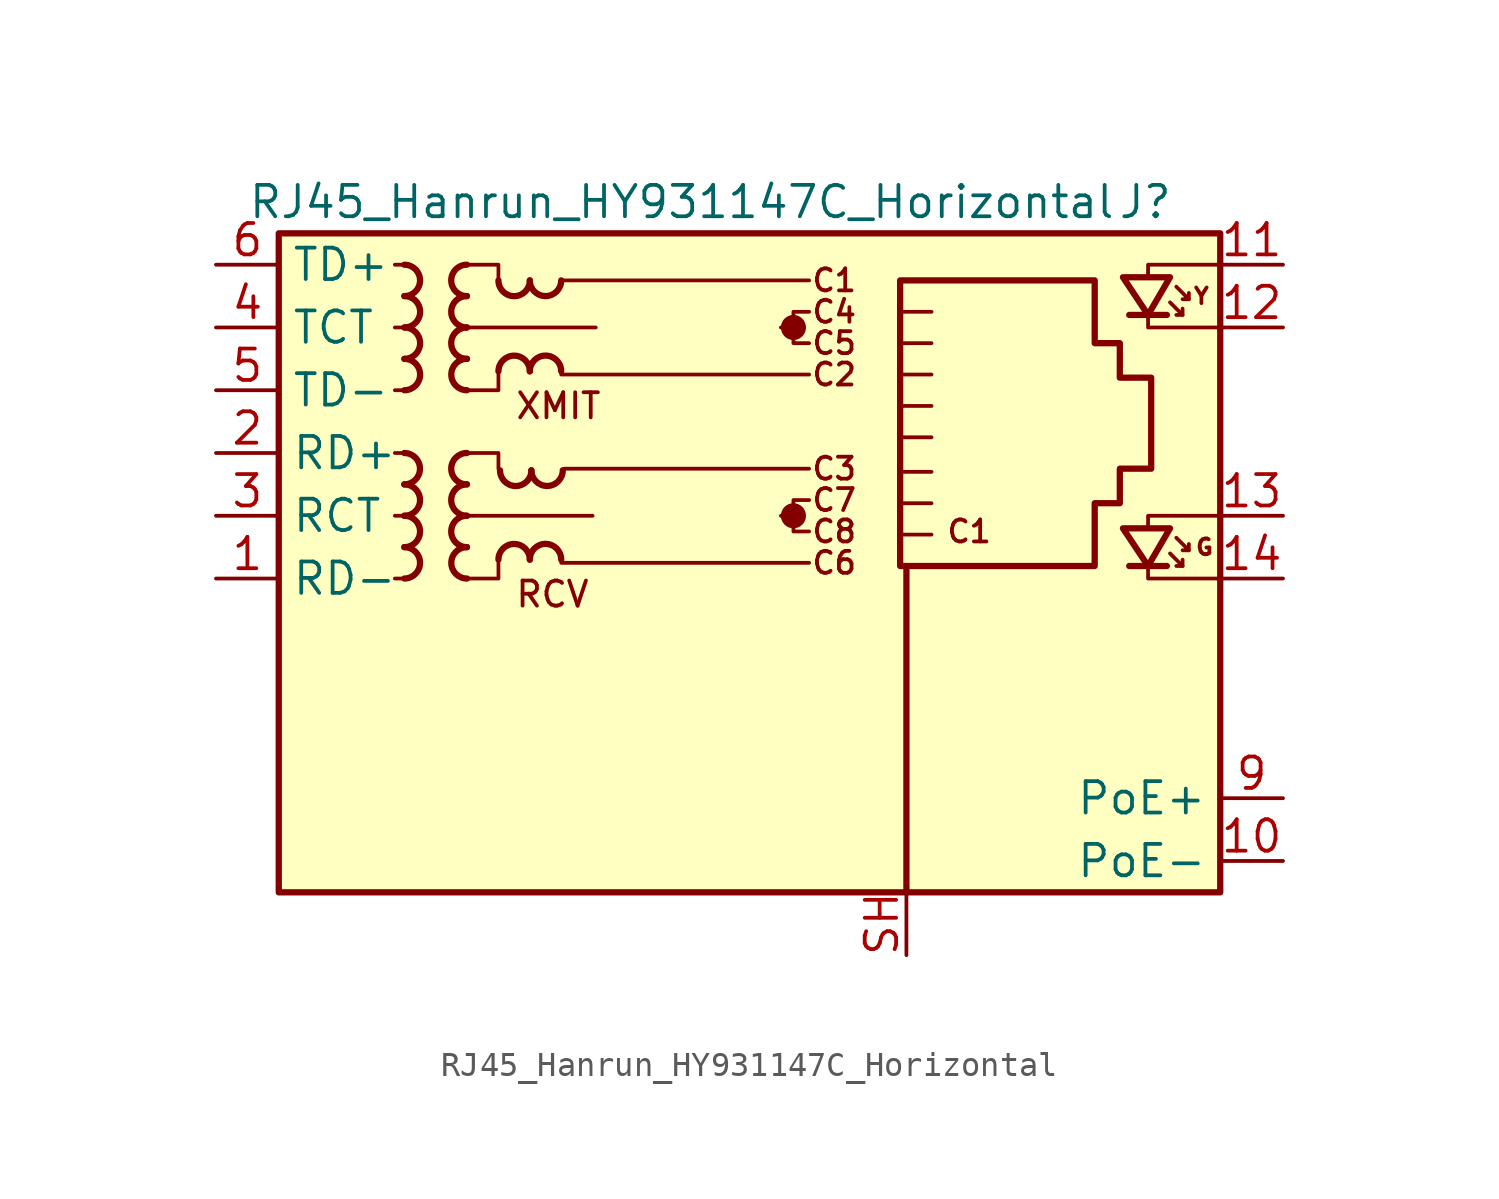
<source format=kicad_sym>
(kicad_symbol_lib
  (version 20231120)
  (generator "kicad_symbol_editor")
  (generator_version "8.0")
  (symbol "RJ45_Hanrun_HY931147C_Horizontal"
    (property "Reference" "J"
      (at 18.415 10.16 0)
      (effects (font (size 1.27 1.27)) (justify right)))
    (property "Value" "RJ45_Hanrun_HY931147C_Horizontal"
      (at -19.05 10.16 0)
      (effects (font (size 1.27 1.27)) (justify left)))
    (symbol "RJ45_Hanrun_HY931147C_Horizontal_0_0"
      (polyline (pts (xy 3.048 -2.54) (xy 2.54 -2.54)) (stroke (width 0) (type default)) (fill (type none)))
      (polyline (pts (xy 3.048 5.08) (xy 2.54 5.08)) (stroke (width 0) (type default)) (fill (type none)))
      (polyline (pts (xy 17.399 -3.048) (xy 17.399 -2.54) (xy 20.32 -2.54)) (stroke (width 0) (type default)) (fill (type none)))
      (polyline (pts (xy 17.399 7.112) (xy 17.399 7.62) (xy 20.32 7.62)) (stroke (width 0) (type default)) (fill (type none)))
      (polyline (pts (xy 20.32 -5.08) (xy 17.399 -5.08) (xy 17.399 -4.572)) (stroke (width 0) (type default)) (fill (type none)))
      (polyline (pts (xy 20.32 5.08) (xy 17.399 5.08) (xy 17.399 5.588)) (stroke (width 0) (type default)) (fill (type none)))
      (polyline (pts (xy 3.683 -1.905) (xy 3.048 -1.905) (xy 3.048 -3.175) (xy 3.683 -3.175)) (stroke (width 0) (type default)) (fill (type none)))
      (polyline (pts (xy 3.683 5.715) (xy 3.048 5.715) (xy 3.048 4.445) (xy 3.683 4.445)) (stroke (width 0) (type default)) (fill (type none)))
      (circle (center 3.048 -2.54) (radius 0.0001) (stroke (width 0.508) (type default)) (fill (type none)))
      (circle (center 3.048 5.08) (radius 0.0001) (stroke (width 0.508) (type default)) (fill (type none)))
      (text "C1" (at 4.699 6.985 0) (effects (font (size 0.889 0.889))))
      (text "C1" (at 10.16 -3.175 0) (effects (font (size 0.889 0.889))))
      (text "C2" (at 4.699 3.175 0) (effects (font (size 0.889 0.889))))
      (text "C3" (at 4.699 -0.635 0) (effects (font (size 0.889 0.889))))
      (text "C4" (at 4.699 5.715 0) (effects (font (size 0.889 0.889))))
      (text "C5" (at 4.699 4.445 0) (effects (font (size 0.889 0.889))))
      (text "C6" (at 4.699 -4.445 0) (effects (font (size 0.889 0.889))))
      (text "C7" (at 4.699 -1.905 0) (effects (font (size 0.889 0.889))))
      (text "C8" (at 4.699 -3.175 0) (effects (font (size 0.889 0.889))))
      (text "RCV" (at -8.255 -5.715 0) (effects (font (size 1.016 1.016)) (justify left)))
      (text "XMIT" (at -8.255 1.905 0) (effects (font (size 1.016 1.016)) (justify left))))
    (symbol "RJ45_Hanrun_HY931147C_Horizontal_0_1"
      (rectangle (start -17.78 8.89) (end 20.32 -17.78) (stroke (width 0.254) (type default)) (fill (type background)))
      (polyline (pts (xy -12.7 -5.08) (xy -13.081 -5.08)) (stroke (width 0) (type default)) (fill (type none)))
      (polyline (pts (xy -12.7 -2.54) (xy -13.081 -2.54)) (stroke (width 0) (type default)) (fill (type none)))
      (polyline (pts (xy -12.7 0) (xy -13.081 0)) (stroke (width 0) (type default)) (fill (type none)))
      (polyline (pts (xy -12.7 2.54) (xy -13.081 2.54)) (stroke (width 0) (type default)) (fill (type none)))
      (polyline (pts (xy -12.7 5.08) (xy -13.081 5.08)) (stroke (width 0) (type default)) (fill (type none)))
      (polyline (pts (xy -12.7 7.62) (xy -13.081 7.62)) (stroke (width 0) (type default)) (fill (type none)))
      (polyline (pts (xy -6.35 -4.445) (xy 3.683 -4.445)) (stroke (width 0) (type default)) (fill (type none)))
      (polyline (pts (xy -6.35 3.175) (xy 3.683 3.175)) (stroke (width 0) (type default)) (fill (type none)))
      (polyline (pts (xy -6.35 6.985) (xy 3.683 6.985)) (stroke (width 0) (type default)) (fill (type none)))
      (polyline (pts (xy -6.223 -0.635) (xy 3.683 -0.635)) (stroke (width 0) (type default)) (fill (type none)))
      (polyline (pts (xy -5.08 -2.54) (xy -10.16 -2.54)) (stroke (width 0) (type default)) (fill (type none)))
      (polyline (pts (xy -4.953 5.08) (xy -10.16 5.08)) (stroke (width 0) (type default)) (fill (type none)))
      (polyline (pts (xy 7.366 -2.032) (xy 8.636 -2.032)) (stroke (width 0) (type default)) (fill (type none)))
      (polyline (pts (xy 7.366 -0.762) (xy 8.636 -0.762)) (stroke (width 0) (type default)) (fill (type none)))
      (polyline (pts (xy 7.366 0.635) (xy 8.636 0.635)) (stroke (width 0) (type default)) (fill (type none)))
      (polyline (pts (xy 7.366 1.905) (xy 8.636 1.905)) (stroke (width 0) (type default)) (fill (type none)))
      (polyline (pts (xy 7.366 3.175) (xy 8.636 3.175)) (stroke (width 0) (type default)) (fill (type none)))
      (polyline (pts (xy 8.636 -3.302) (xy 7.366 -3.302)) (stroke (width 0) (type default)) (fill (type none)))
      (polyline (pts (xy 8.636 4.445) (xy 7.366 4.445)) (stroke (width 0) (type default)) (fill (type none)))
      (polyline (pts (xy 8.636 5.715) (xy 7.366 5.715)) (stroke (width 0) (type default)) (fill (type none)))
      (polyline (pts (xy -10.16 0) (xy -8.89 0) (xy -8.89 -0.635)) (stroke (width 0) (type default)) (fill (type none)))
      (polyline (pts (xy -10.16 7.62) (xy -8.89 7.62) (xy -8.89 6.985)) (stroke (width 0) (type default)) (fill (type none)))
      (polyline (pts (xy -8.89 -4.445) (xy -8.89 -5.08) (xy -10.16 -5.08)) (stroke (width 0) (type default)) (fill (type none)))
      (polyline (pts (xy -8.89 3.175) (xy -8.89 2.54) (xy -10.16 2.54)) (stroke (width 0) (type default)) (fill (type none))))
    (symbol "RJ45_Hanrun_HY931147C_Horizontal_1_1"
      (arc (start -12.7 -1.27) (mid -12.0677 -0.635) (end -12.7 0) (stroke (width 0.254) (type default)) (fill (type none)))
      (arc (start -12.6973 -5.08) (mid -12.065 -4.445) (end -12.6973 -3.81) (stroke (width 0.254) (type default)) (fill (type none)))
      (arc (start -12.6973 -3.81) (mid -12.065 -3.175) (end -12.6973 -2.54) (stroke (width 0.254) (type default)) (fill (type none)))
      (arc (start -12.6973 -2.54) (mid -12.065 -1.905) (end -12.6973 -1.27) (stroke (width 0.254) (type default)) (fill (type none)))
      (arc (start -12.6973 6.35) (mid -12.065 6.985) (end -12.6973 7.62) (stroke (width 0.254) (type default)) (fill (type none)))
      (arc (start -12.6946 2.54) (mid -12.0623 3.175) (end -12.6946 3.81) (stroke (width 0.254) (type default)) (fill (type none)))
      (arc (start -12.6946 3.81) (mid -12.0623 4.445) (end -12.6946 5.08) (stroke (width 0.254) (type default)) (fill (type none)))
      (arc (start -12.6946 5.08) (mid -12.0623 5.715) (end -12.6946 6.35) (stroke (width 0.254) (type default)) (fill (type none)))
      (arc (start -10.1654 -2.54) (mid -10.7977 -3.175) (end -10.1654 -3.81) (stroke (width 0.254) (type default)) (fill (type none)))
      (arc (start -10.1654 -1.27) (mid -10.7977 -1.905) (end -10.1654 -2.54) (stroke (width 0.254) (type default)) (fill (type none)))
      (arc (start -10.1654 0) (mid -10.7977 -0.635) (end -10.1654 -1.27) (stroke (width 0.254) (type default)) (fill (type none)))
      (arc (start -10.1654 5.08) (mid -10.7977 4.445) (end -10.1654 3.81) (stroke (width 0.254) (type default)) (fill (type none)))
      (arc (start -10.1654 6.35) (mid -10.7977 5.715) (end -10.1654 5.08) (stroke (width 0.254) (type default)) (fill (type none)))
      (arc (start -10.1654 7.62) (mid -10.7977 6.985) (end -10.1654 6.35) (stroke (width 0.254) (type default)) (fill (type none)))
      (arc (start -10.1627 -3.81) (mid -10.795 -4.445) (end -10.1627 -5.08) (stroke (width 0.254) (type default)) (fill (type none)))
      (arc (start -10.1627 3.81) (mid -10.795 3.175) (end -10.1627 2.54) (stroke (width 0.254) (type default)) (fill (type none)))
      (arc (start -8.89 6.9823) (mid -8.255 6.35) (end -7.62 6.9823) (stroke (width 0.254) (type default)) (fill (type none)))
      (arc (start -8.8265 -0.7012) (mid -8.1915 -1.3335) (end -7.5565 -0.7012) (stroke (width 0.254) (type default)) (fill (type none)))
      (arc (start -7.62 -4.3153) (mid -8.255 -3.683) (end -8.89 -4.3153) (stroke (width 0.254) (type default)) (fill (type none)))
      (arc (start -7.62 3.3047) (mid -8.255 3.937) (end -8.89 3.3047) (stroke (width 0.254) (type default)) (fill (type none)))
      (arc (start -7.62 6.985) (mid -6.985 6.3527) (end -6.35 6.985) (stroke (width 0.254) (type default)) (fill (type none)))
      (arc (start -7.5565 -0.6985) (mid -6.9215 -1.3308) (end -6.2865 -0.6985) (stroke (width 0.254) (type default)) (fill (type none)))
      (arc (start -6.35 -4.3126) (mid -6.985 -3.6803) (end -7.62 -4.3126) (stroke (width 0.254) (type default)) (fill (type none)))
      (arc (start -6.35 3.3074) (mid -6.985 3.9397) (end -7.62 3.3074) (stroke (width 0.254) (type default)) (fill (type none)))
      (polyline (pts (xy 7.62 -17.78) (xy 7.62 -4.572)) (stroke (width 0.254) (type default)) (fill (type none)))
      (polyline (pts (xy 18.161 -4.572) (xy 16.637 -4.572)) (stroke (width 0.254) (type default)) (fill (type none)))
      (polyline (pts (xy 18.161 5.588) (xy 16.637 5.588)) (stroke (width 0.254) (type default)) (fill (type none)))
      (polyline (pts (xy 18.796 -4.572) (xy 18.796 -4.318)) (stroke (width 0) (type default)) (fill (type none)))
      (polyline (pts (xy 18.796 5.588) (xy 18.796 5.842)) (stroke (width 0) (type default)) (fill (type none)))
      (polyline (pts (xy 19.05 -3.937) (xy 19.05 -3.683)) (stroke (width 0) (type default)) (fill (type none)))
      (polyline (pts (xy 19.05 6.223) (xy 19.05 6.477)) (stroke (width 0) (type default)) (fill (type none)))
      (polyline (pts (xy 18.288 -4.064) (xy 18.796 -4.572) (xy 18.542 -4.572)) (stroke (width 0) (type default)) (fill (type none)))
      (polyline (pts (xy 18.288 6.096) (xy 18.796 5.588) (xy 18.542 5.588)) (stroke (width 0) (type default)) (fill (type none)))
      (polyline (pts (xy 18.542 -3.429) (xy 19.05 -3.937) (xy 18.796 -3.937)) (stroke (width 0) (type default)) (fill (type none)))
      (polyline (pts (xy 18.542 6.731) (xy 19.05 6.223) (xy 18.796 6.223)) (stroke (width 0) (type default)) (fill (type none)))
      (polyline (pts (xy 18.288 -3.048) (xy 16.383 -3.048) (xy 17.399 -4.572) (xy 18.288 -3.048)) (stroke (width 0.254) (type default)) (fill (type none)))
      (polyline (pts (xy 18.288 7.112) (xy 16.383 7.112) (xy 17.399 5.588) (xy 18.288 7.112)) (stroke (width 0.254) (type default)) (fill (type none)))
      (polyline (pts (xy 7.366 -4.572) (xy 7.366 6.985) (xy 15.24 6.985) (xy 15.24 4.445) (xy 16.256 4.445) (xy 16.256 3.048) (xy 17.526 3.048) (xy 17.526 -0.635) (xy 16.256 -0.635) (xy 16.256 -2.032) (xy 15.24 -2.032) (xy 15.24 -4.572) (xy 7.366 -4.572)) (stroke (width 0.254) (type default)) (fill (type none)))
      (text "G" (at 19.685 -3.81 0) (effects (font (size 0.635 0.635))))
      (text "Y" (at 19.558 6.35 0) (effects (font (size 0.635 0.635))))
      (pin passive line (at -20.32 -5.08 0) (length 2.54) (name "RD-" (effects (font (size 1.27 1.27)))) (number "1" (effects (font (size 1.27 1.27)))))
      (pin output line (at 22.86 -16.51 180) (length 2.54) (name "PoE-" (effects (font (size 1.27 1.27)))) (number "10" (effects (font (size 1.27 1.27)))))
      (pin passive line (at 22.86 7.62 180) (length 2.54) (name "" (effects (font (size 1.27 1.27)))) (number "11" (effects (font (size 1.27 1.27)))))
      (pin passive line (at 22.86 5.08 180) (length 2.54) (name "" (effects (font (size 1.27 1.27)))) (number "12" (effects (font (size 1.27 1.27)))))
      (pin passive line (at 22.86 -2.54 180) (length 2.54) (name "" (effects (font (size 1.27 1.27)))) (number "13" (effects (font (size 1.27 1.27)))))
      (pin passive line (at 22.86 -5.08 180) (length 2.54) (name "" (effects (font (size 1.27 1.27)))) (number "14" (effects (font (size 1.27 1.27)))))
      (pin passive line (at -20.32 0 0) (length 2.54) (name "RD+" (effects (font (size 1.27 1.27)))) (number "2" (effects (font (size 1.27 1.27)))))
      (pin passive line (at -20.32 -2.54 0) (length 2.54) (name "RCT" (effects (font (size 1.27 1.27)))) (number "3" (effects (font (size 1.27 1.27)))))
      (pin passive line (at -20.32 5.08 0) (length 2.54) (name "TCT" (effects (font (size 1.27 1.27)))) (number "4" (effects (font (size 1.27 1.27)))))
      (pin passive line (at -20.32 2.54 0) (length 2.54) (name "TD-" (effects (font (size 1.27 1.27)))) (number "5" (effects (font (size 1.27 1.27)))))
      (pin passive line (at -20.32 7.62 0) (length 2.54) (name "TD+" (effects (font (size 1.27 1.27)))) (number "6" (effects (font (size 1.27 1.27)))))
      (pin no_connect line (at 20.32 0 0) (length 0) hide (name "NC" (effects (font (size 1.27 1.27)))) (number "7" (effects (font (size 1.27 1.27)))))
      (pin output line (at 22.86 -13.97 180) (length 2.54) (name "PoE+" (effects (font (size 1.27 1.27)))) (number "9" (effects (font (size 1.27 1.27)))))
      (pin passive line (at 7.62 -20.32 90) (length 2.54) (name "" (effects (font (size 1.27 1.27)))) (number "SH" (effects (font (size 1.27 1.27))))))))
</source>
